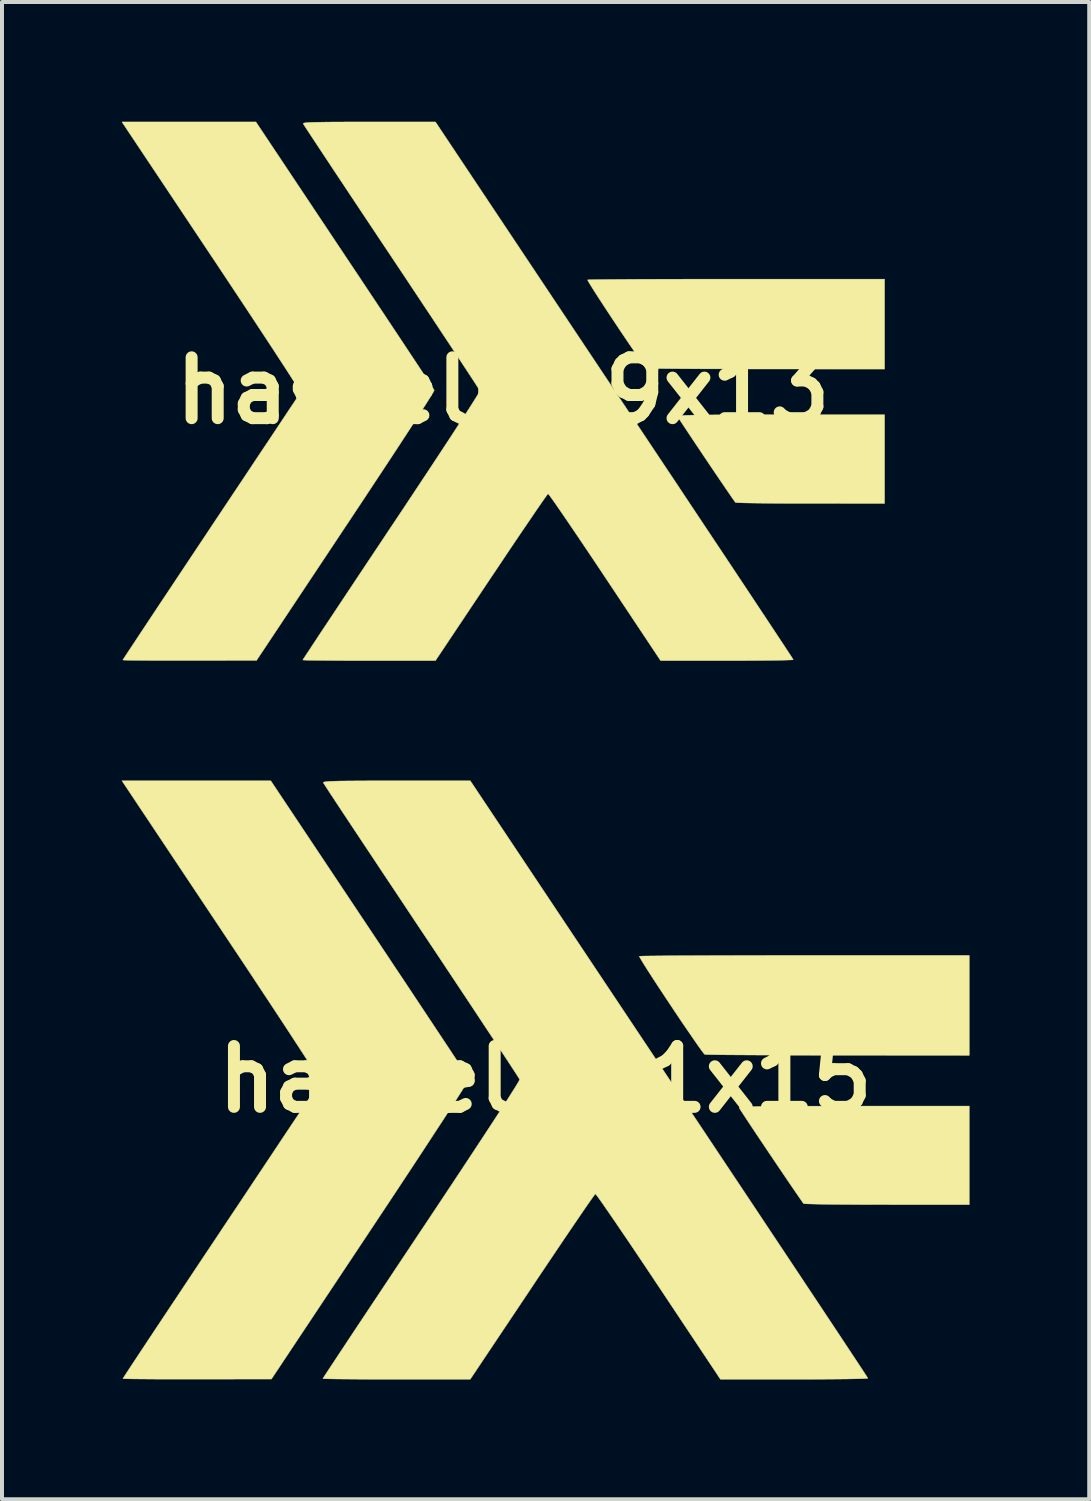
<source format=kicad_pcb>
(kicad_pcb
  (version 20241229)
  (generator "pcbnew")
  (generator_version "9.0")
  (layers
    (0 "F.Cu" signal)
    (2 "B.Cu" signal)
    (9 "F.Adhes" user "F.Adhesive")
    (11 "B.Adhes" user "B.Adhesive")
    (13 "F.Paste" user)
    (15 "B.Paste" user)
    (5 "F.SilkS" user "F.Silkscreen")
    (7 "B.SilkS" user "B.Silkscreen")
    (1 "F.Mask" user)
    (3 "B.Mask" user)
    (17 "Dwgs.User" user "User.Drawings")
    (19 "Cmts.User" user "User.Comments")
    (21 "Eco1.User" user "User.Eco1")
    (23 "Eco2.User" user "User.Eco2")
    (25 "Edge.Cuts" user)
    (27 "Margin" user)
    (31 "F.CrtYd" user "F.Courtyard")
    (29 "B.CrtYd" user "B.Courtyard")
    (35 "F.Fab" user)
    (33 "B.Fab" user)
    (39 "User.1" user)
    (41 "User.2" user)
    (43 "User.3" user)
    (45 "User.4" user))
  (footprint "haskell_19x13"
    (layer "F.Cu")
    (at 9.552 6.736)
    (property "Reference" "haskell_19x13" (at 0 0 0) (layer "F.SilkS") (effects (font (size 1.524 1.524) (thickness 0.3))))
    (attr through_hole)
    (fp_poly (pts (xy 9.557 2.826) (xy 7.707 2.825) (xy 7.37 2.825) (xy 7.051 2.824) (xy 6.757 2.822) (xy 6.493 2.819) (xy 6.264 2.816) (xy 6.077 2.813) (xy 5.938 2.809) (xy 5.851 2.805) (xy 5.823 2.801) (xy 5.801 2.773) (xy 5.748 2.698) (xy 5.669 2.583) (xy 5.569 2.437) (xy 5.452 2.265) (xy 5.322 2.074) (xy 5.185 1.871) (xy 5.045 1.663) (xy 4.907 1.457) (xy 4.775 1.259) (xy 4.653 1.076) (xy 4.547 0.916) (xy 4.46 0.785) (xy 4.399 0.689) (xy 4.37 0.643) (xy 4.377 0.636) (xy 4.409 0.629) (xy 4.471 0.624) (xy 4.565 0.619) (xy 4.696 0.615) (xy 4.865 0.611) (xy 5.077 0.609) (xy 5.335 0.607) (xy 5.643 0.605) (xy 6.004 0.604) (xy 6.421 0.603) (xy 6.897 0.603) (xy 6.951 0.603) (xy 9.557 0.603) (xy 9.557 2.826)) (stroke (width 0.01) (type solid)) (fill yes) (layer "F.SilkS"))
    (fp_poly (pts (xy 9.557 -0.54) (xy 6.596 -0.542) (xy 6.167 -0.543) (xy 5.756 -0.544) (xy 5.368 -0.545) (xy 5.006 -0.546) (xy 4.675 -0.548) (xy 4.38 -0.55) (xy 4.125 -0.552) (xy 3.914 -0.554) (xy 3.753 -0.556) (xy 3.646 -0.559) (xy 3.596 -0.561) (xy 3.594 -0.561) (xy 3.567 -0.591) (xy 3.51 -0.666) (xy 3.429 -0.78) (xy 3.327 -0.927) (xy 3.209 -1.099) (xy 3.079 -1.29) (xy 2.942 -1.493) (xy 2.803 -1.702) (xy 2.665 -1.91) (xy 2.533 -2.111) (xy 2.412 -2.296) (xy 2.306 -2.461) (xy 2.22 -2.597) (xy 2.157 -2.7) (xy 2.123 -2.76) (xy 2.119 -2.775) (xy 2.152 -2.777) (xy 2.245 -2.78) (xy 2.394 -2.782) (xy 2.594 -2.784) (xy 2.843 -2.786) (xy 3.134 -2.788) (xy 3.466 -2.79) (xy 3.833 -2.791) (xy 4.232 -2.792) (xy 4.659 -2.793) (xy 5.11 -2.794) (xy 5.58 -2.794) (xy 5.847 -2.794) (xy 9.557 -2.794) (xy 9.557 -0.54)) (stroke (width 0.01) (type solid)) (fill yes) (layer "F.SilkS"))
    (fp_poly (pts (xy -3.967 -3.394) (xy -3.689 -2.978) (xy -3.422 -2.576) (xy -3.166 -2.192) (xy -2.924 -1.828) (xy -2.698 -1.488) (xy -2.49 -1.175) (xy -2.303 -0.892) (xy -2.138 -0.643) (xy -1.998 -0.431) (xy -1.884 -0.258) (xy -1.799 -0.128) (xy -1.745 -0.045) (xy -1.724 -0.011) (xy -1.724 -0.011) (xy -1.739 0.022) (xy -1.788 0.105) (xy -1.869 0.236) (xy -1.982 0.414) (xy -2.124 0.635) (xy -2.294 0.898) (xy -2.492 1.201) (xy -2.714 1.541) (xy -2.961 1.916) (xy -3.23 2.323) (xy -3.52 2.762) (xy -3.829 3.228) (xy -3.941 3.396) (xy -6.175 6.757) (xy -7.85 6.76) (xy -8.17 6.76) (xy -8.469 6.76) (xy -8.743 6.759) (xy -8.985 6.758) (xy -9.189 6.756) (xy -9.35 6.754) (xy -9.462 6.751) (xy -9.519 6.748) (xy -9.525 6.747) (xy -9.508 6.719) (xy -9.457 6.641) (xy -9.376 6.517) (xy -9.265 6.35) (xy -9.128 6.142) (xy -8.966 5.898) (xy -8.782 5.62) (xy -8.577 5.311) (xy -8.353 4.975) (xy -8.113 4.614) (xy -7.859 4.232) (xy -7.593 3.833) (xy -7.317 3.418) (xy -7.309 3.405) (xy -7.032 2.99) (xy -6.765 2.589) (xy -6.509 2.206) (xy -6.268 1.843) (xy -6.043 1.505) (xy -5.835 1.194) (xy -5.648 0.913) (xy -5.484 0.666) (xy -5.344 0.455) (xy -5.23 0.285) (xy -5.146 0.157) (xy -5.092 0.077) (xy -5.072 0.045) (xy -5.072 0.045) (xy -5.086 0.015) (xy -5.134 -0.065) (xy -5.214 -0.191) (xy -5.322 -0.36) (xy -5.457 -0.57) (xy -5.618 -0.816) (xy -5.801 -1.097) (xy -6.005 -1.407) (xy -6.228 -1.746) (xy -6.467 -2.108) (xy -6.722 -2.492) (xy -6.988 -2.893) (xy -7.265 -3.31) (xy -7.299 -3.36) (xy -9.547 -6.731) (xy -6.191 -6.731) (xy -3.967 -3.394)) (stroke (width 0.01) (type solid)) (fill yes) (layer "F.SilkS"))
    (fp_poly (pts (xy 2.789 -0.008) (xy 3.184 0.585) (xy 3.569 1.163) (xy 3.944 1.726) (xy 4.307 2.27) (xy 4.655 2.794) (xy 4.989 3.296) (xy 5.306 3.772) (xy 5.605 4.221) (xy 5.884 4.641) (xy 6.142 5.029) (xy 6.377 5.384) (xy 6.588 5.702) (xy 6.773 5.982) (xy 6.932 6.222) (xy 7.062 6.419) (xy 7.162 6.571) (xy 7.23 6.675) (xy 7.266 6.731) (xy 7.271 6.739) (xy 7.24 6.744) (xy 7.152 6.748) (xy 7.011 6.752) (xy 6.825 6.755) (xy 6.599 6.758) (xy 6.339 6.76) (xy 6.051 6.762) (xy 5.74 6.763) (xy 5.609 6.763) (xy 3.947 6.763) (xy 2.553 4.668) (xy 2.335 4.341) (xy 2.126 4.029) (xy 1.929 3.737) (xy 1.748 3.469) (xy 1.585 3.229) (xy 1.442 3.021) (xy 1.323 2.848) (xy 1.229 2.715) (xy 1.164 2.626) (xy 1.131 2.584) (xy 1.127 2.582) (xy 1.105 2.609) (xy 1.05 2.685) (xy 0.966 2.805) (xy 0.854 2.967) (xy 0.719 3.166) (xy 0.562 3.397) (xy 0.385 3.657) (xy 0.193 3.942) (xy -0.012 4.248) (xy -0.228 4.571) (xy -0.299 4.676) (xy -1.693 6.763) (xy -3.355 6.763) (xy -3.673 6.762) (xy -3.971 6.762) (xy -4.244 6.76) (xy -4.484 6.758) (xy -4.687 6.756) (xy -4.846 6.754) (xy -4.957 6.751) (xy -5.011 6.748) (xy -5.016 6.747) (xy -4.999 6.719) (xy -4.949 6.641) (xy -4.867 6.517) (xy -4.757 6.35) (xy -4.62 6.142) (xy -4.458 5.898) (xy -4.273 5.62) (xy -4.068 5.311) (xy -3.844 4.974) (xy -3.604 4.613) (xy -3.35 4.231) (xy -3.083 3.831) (xy -2.807 3.416) (xy -2.791 3.393) (xy -2.471 2.913) (xy -2.172 2.461) (xy -1.893 2.041) (xy -1.638 1.654) (xy -1.406 1.302) (xy -1.201 0.988) (xy -1.022 0.713) (xy -0.871 0.48) (xy -0.751 0.291) (xy -0.661 0.147) (xy -0.604 0.052) (xy -0.58 0.006) (xy -0.58 0.003) (xy -0.599 -0.029) (xy -0.651 -0.111) (xy -0.734 -0.24) (xy -0.846 -0.411) (xy -0.985 -0.623) (xy -1.149 -0.871) (xy -1.334 -1.152) (xy -1.541 -1.464) (xy -1.765 -1.803) (xy -2.006 -2.165) (xy -2.26 -2.548) (xy -2.526 -2.948) (xy -2.791 -3.346) (xy -3.067 -3.759) (xy -3.333 -4.159) (xy -3.587 -4.54) (xy -3.827 -4.901) (xy -4.051 -5.238) (xy -4.257 -5.548) (xy -4.442 -5.828) (xy -4.605 -6.074) (xy -4.743 -6.283) (xy -4.854 -6.452) (xy -4.937 -6.578) (xy -4.988 -6.657) (xy -5.006 -6.687) (xy -5.002 -6.697) (xy -4.979 -6.705) (xy -4.933 -6.712) (xy -4.858 -6.718) (xy -4.749 -6.722) (xy -4.603 -6.725) (xy -4.414 -6.728) (xy -4.178 -6.73) (xy -3.891 -6.731) (xy -3.546 -6.731) (xy -3.358 -6.731) (xy -1.693 -6.731) (xy 2.789 -0.008)) (stroke (width 0.01) (type solid)) (fill yes) (layer "F.SilkS")))
  (footprint "haskell_21x15"
    (layer "F.Cu")
    (at 10.612 23.988)
    (property "Reference" "haskell_21x15" (at 0 0 0) (layer "F.SilkS") (effects (font (size 1.524 1.524) (thickness 0.3))))
    (attr through_hole)
    (fp_poly (pts (xy 10.619 3.14) (xy 8.564 3.139) (xy 8.189 3.139) (xy 7.835 3.137) (xy 7.508 3.135) (xy 7.214 3.133) (xy 6.96 3.129) (xy 6.753 3.125) (xy 6.597 3.121) (xy 6.501 3.117) (xy 6.47 3.113) (xy 6.445 3.081) (xy 6.387 2.997) (xy 6.299 2.87) (xy 6.188 2.708) (xy 6.057 2.516) (xy 5.914 2.304) (xy 5.762 2.079) (xy 5.606 1.848) (xy 5.452 1.618) (xy 5.305 1.399) (xy 5.17 1.196) (xy 5.052 1.018) (xy 4.956 0.872) (xy 4.887 0.766) (xy 4.855 0.714) (xy 4.863 0.706) (xy 4.899 0.699) (xy 4.968 0.693) (xy 5.073 0.688) (xy 5.217 0.683) (xy 5.405 0.679) (xy 5.641 0.676) (xy 5.928 0.674) (xy 6.27 0.672) (xy 6.671 0.671) (xy 7.134 0.671) (xy 7.664 0.67) (xy 7.724 0.67) (xy 10.619 0.67) (xy 10.619 3.14)) (stroke (width 0.01) (type solid)) (fill yes) (layer "F.SilkS"))
    (fp_poly (pts (xy 10.619 -0.6) (xy 7.329 -0.603) (xy 6.853 -0.603) (xy 6.396 -0.604) (xy 5.964 -0.605) (xy 5.562 -0.607) (xy 5.194 -0.609) (xy 4.866 -0.611) (xy 4.583 -0.613) (xy 4.349 -0.615) (xy 4.17 -0.618) (xy 4.051 -0.621) (xy 3.996 -0.623) (xy 3.993 -0.624) (xy 3.963 -0.656) (xy 3.9 -0.74) (xy 3.81 -0.867) (xy 3.697 -1.03) (xy 3.566 -1.221) (xy 3.421 -1.433) (xy 3.269 -1.659) (xy 3.114 -1.892) (xy 2.961 -2.123) (xy 2.814 -2.345) (xy 2.68 -2.551) (xy 2.562 -2.734) (xy 2.466 -2.886) (xy 2.397 -3) (xy 2.359 -3.067) (xy 2.354 -3.083) (xy 2.391 -3.086) (xy 2.495 -3.089) (xy 2.66 -3.091) (xy 2.883 -3.093) (xy 3.158 -3.096) (xy 3.482 -3.098) (xy 3.851 -3.099) (xy 4.259 -3.101) (xy 4.702 -3.102) (xy 5.177 -3.103) (xy 5.677 -3.104) (xy 6.201 -3.104) (xy 6.497 -3.104) (xy 10.619 -3.104) (xy 10.619 -0.6)) (stroke (width 0.01) (type solid)) (fill yes) (layer "F.SilkS"))
    (fp_poly (pts (xy -4.407 -3.771) (xy -4.099 -3.309) (xy -3.802 -2.862) (xy -3.517 -2.435) (xy -3.249 -2.031) (xy -2.998 -1.653) (xy -2.767 -1.305) (xy -2.559 -0.991) (xy -2.376 -0.715) (xy -2.22 -0.478) (xy -2.093 -0.287) (xy -1.999 -0.143) (xy -1.939 -0.05) (xy -1.916 -0.013) (xy -1.916 -0.012) (xy -1.932 0.024) (xy -1.987 0.117) (xy -2.077 0.263) (xy -2.202 0.46) (xy -2.36 0.706) (xy -2.549 0.998) (xy -2.769 1.334) (xy -3.016 1.712) (xy -3.29 2.129) (xy -3.589 2.582) (xy -3.911 3.069) (xy -4.255 3.587) (xy -4.379 3.774) (xy -6.862 7.508) (xy -8.722 7.511) (xy -9.077 7.511) (xy -9.41 7.511) (xy -9.714 7.51) (xy -9.983 7.508) (xy -10.21 7.506) (xy -10.389 7.504) (xy -10.514 7.501) (xy -10.577 7.498) (xy -10.583 7.496) (xy -10.564 7.465) (xy -10.508 7.379) (xy -10.418 7.241) (xy -10.295 7.055) (xy -10.143 6.825) (xy -9.963 6.553) (xy -9.758 6.244) (xy -9.53 5.901) (xy -9.281 5.527) (xy -9.015 5.127) (xy -8.733 4.702) (xy -8.437 4.258) (xy -8.13 3.798) (xy -8.121 3.783) (xy -7.813 3.322) (xy -7.516 2.877) (xy -7.233 2.451) (xy -6.964 2.048) (xy -6.714 1.672) (xy -6.484 1.326) (xy -6.276 1.014) (xy -6.093 0.74) (xy -5.938 0.506) (xy -5.812 0.316) (xy -5.718 0.175) (xy -5.658 0.085) (xy -5.635 0.05) (xy -5.635 0.05) (xy -5.652 0.017) (xy -5.705 -0.072) (xy -5.793 -0.212) (xy -5.913 -0.4) (xy -6.064 -0.633) (xy -6.242 -0.907) (xy -6.445 -1.218) (xy -6.672 -1.564) (xy -6.92 -1.94) (xy -7.186 -2.342) (xy -7.468 -2.769) (xy -7.765 -3.215) (xy -8.073 -3.677) (xy -8.11 -3.733) (xy -10.607 -7.479) (xy -6.879 -7.479) (xy -4.407 -3.771)) (stroke (width 0.01) (type solid)) (fill yes) (layer "F.SilkS"))
    (fp_poly (pts (xy 3.099 -0.009) (xy 3.537 0.65) (xy 3.966 1.293) (xy 4.382 1.918) (xy 4.785 2.523) (xy 5.173 3.105) (xy 5.543 3.662) (xy 5.895 4.191) (xy 6.227 4.69) (xy 6.537 5.157) (xy 6.824 5.588) (xy 7.085 5.982) (xy 7.32 6.336) (xy 7.526 6.647) (xy 7.702 6.913) (xy 7.847 7.132) (xy 7.958 7.301) (xy 8.034 7.417) (xy 8.073 7.478) (xy 8.079 7.488) (xy 8.044 7.493) (xy 7.946 7.498) (xy 7.79 7.502) (xy 7.584 7.506) (xy 7.333 7.509) (xy 7.044 7.511) (xy 6.723 7.513) (xy 6.378 7.514) (xy 6.232 7.514) (xy 4.386 7.514) (xy 2.837 5.187) (xy 2.594 4.823) (xy 2.362 4.476) (xy 2.144 4.152) (xy 1.942 3.854) (xy 1.761 3.588) (xy 1.602 3.356) (xy 1.469 3.164) (xy 1.366 3.017) (xy 1.294 2.918) (xy 1.256 2.871) (xy 1.252 2.869) (xy 1.228 2.899) (xy 1.167 2.983) (xy 1.073 3.117) (xy 0.949 3.297) (xy 0.799 3.517) (xy 0.624 3.774) (xy 0.428 4.063) (xy 0.215 4.38) (xy -0.014 4.72) (xy -0.254 5.078) (xy -0.332 5.196) (xy -1.882 7.514) (xy -3.728 7.514) (xy -4.081 7.514) (xy -4.413 7.513) (xy -4.715 7.511) (xy -4.982 7.509) (xy -5.208 7.507) (xy -5.385 7.504) (xy -5.507 7.501) (xy -5.568 7.498) (xy -5.574 7.496) (xy -5.555 7.465) (xy -5.499 7.379) (xy -5.408 7.241) (xy -5.285 7.055) (xy -5.133 6.825) (xy -4.953 6.553) (xy -4.748 6.244) (xy -4.52 5.901) (xy -4.271 5.527) (xy -4.004 5.126) (xy -3.722 4.701) (xy -3.426 4.257) (xy -3.119 3.796) (xy -3.101 3.77) (xy -2.746 3.236) (xy -2.413 2.735) (xy -2.104 2.268) (xy -1.82 1.838) (xy -1.563 1.447) (xy -1.334 1.098) (xy -1.135 0.793) (xy -0.968 0.534) (xy -0.834 0.323) (xy -0.734 0.164) (xy -0.671 0.058) (xy -0.645 0.007) (xy -0.644 0.004) (xy -0.665 -0.033) (xy -0.723 -0.124) (xy -0.816 -0.267) (xy -0.94 -0.457) (xy -1.095 -0.692) (xy -1.276 -0.968) (xy -1.483 -1.28) (xy -1.712 -1.627) (xy -1.961 -2.003) (xy -2.229 -2.406) (xy -2.511 -2.831) (xy -2.807 -3.276) (xy -3.102 -3.717) (xy -3.408 -4.177) (xy -3.703 -4.621) (xy -3.986 -5.045) (xy -4.252 -5.446) (xy -4.501 -5.821) (xy -4.73 -6.165) (xy -4.936 -6.476) (xy -5.117 -6.749) (xy -5.27 -6.981) (xy -5.394 -7.169) (xy -5.485 -7.309) (xy -5.542 -7.397) (xy -5.563 -7.43) (xy -5.558 -7.441) (xy -5.533 -7.45) (xy -5.481 -7.458) (xy -5.397 -7.464) (xy -5.277 -7.469) (xy -5.114 -7.473) (xy -4.905 -7.475) (xy -4.643 -7.477) (xy -4.323 -7.478) (xy -3.941 -7.479) (xy -3.731 -7.479) (xy -1.881 -7.479) (xy 3.099 -0.009)) (stroke (width 0.01) (type solid)) (fill yes) (layer "F.SilkS")))
  (gr_rect
    (start -3 -3)
    (end 24.236 34.507)
    (stroke (width 0.1) (type default))
    (fill no)
    (layer "Edge.Cuts")))
</source>
